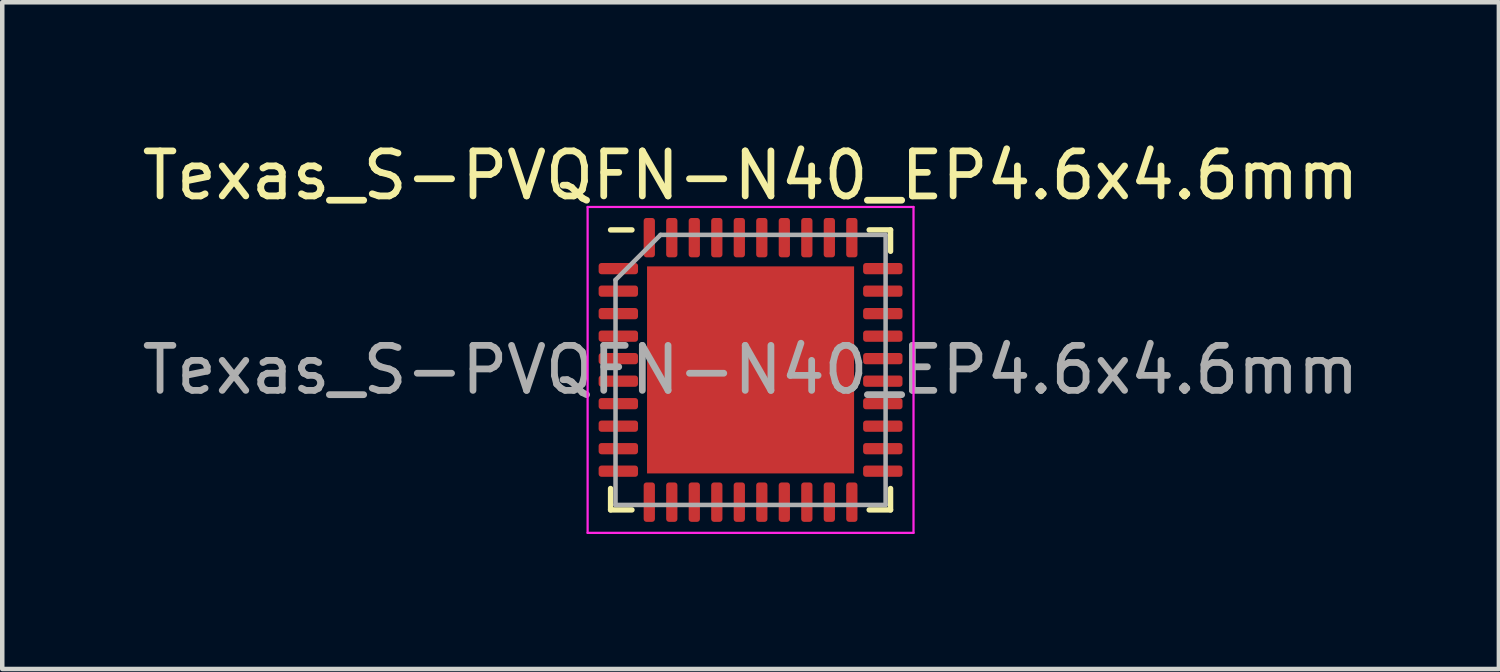
<source format=kicad_pcb>
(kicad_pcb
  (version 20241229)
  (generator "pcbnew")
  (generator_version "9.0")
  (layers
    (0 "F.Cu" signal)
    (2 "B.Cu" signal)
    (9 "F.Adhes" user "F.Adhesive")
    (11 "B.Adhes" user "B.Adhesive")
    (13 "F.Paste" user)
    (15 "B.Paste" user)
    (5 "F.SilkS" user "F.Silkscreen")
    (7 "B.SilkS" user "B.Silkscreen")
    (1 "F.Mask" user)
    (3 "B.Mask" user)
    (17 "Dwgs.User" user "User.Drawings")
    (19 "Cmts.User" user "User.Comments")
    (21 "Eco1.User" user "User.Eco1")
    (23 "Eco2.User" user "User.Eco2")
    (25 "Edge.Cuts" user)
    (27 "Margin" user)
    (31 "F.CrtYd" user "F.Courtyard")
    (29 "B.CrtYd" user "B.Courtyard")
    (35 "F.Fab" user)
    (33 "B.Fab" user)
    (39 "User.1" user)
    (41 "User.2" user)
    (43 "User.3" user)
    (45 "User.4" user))
  (footprint "Texas_S-PVQFN-N40_EP4.6x4.6mm"
    (layer "F.Cu")
    (at 13.625 5.168)
    (property "Reference" "Texas_S-PVQFN-N40_EP4.6x4.6mm" (at 0 -4.32 0) (layer "F.SilkS") (effects (font (size 1 1) (thickness 0.15))))
    (attr smd)
    (fp_line (start -3.11 3.11) (end -3.11 2.635) (stroke (width 0.12) (type solid)) (layer "F.SilkS"))
    (fp_line (start -2.635 -3.11) (end -3.11 -3.11) (stroke (width 0.12) (type solid)) (layer "F.SilkS"))
    (fp_line (start -2.635 3.11) (end -3.11 3.11) (stroke (width 0.12) (type solid)) (layer "F.SilkS"))
    (fp_line (start 2.635 -3.11) (end 3.11 -3.11) (stroke (width 0.12) (type solid)) (layer "F.SilkS"))
    (fp_line (start 2.635 3.11) (end 3.11 3.11) (stroke (width 0.12) (type solid)) (layer "F.SilkS"))
    (fp_line (start 3.11 -3.11) (end 3.11 -2.635) (stroke (width 0.12) (type solid)) (layer "F.SilkS"))
    (fp_line (start 3.11 3.11) (end 3.11 2.635) (stroke (width 0.12) (type solid)) (layer "F.SilkS"))
    (fp_line (start -3.62 -3.62) (end -3.62 3.62) (stroke (width 0.05) (type solid)) (layer "F.CrtYd"))
    (fp_line (start -3.62 3.62) (end 3.62 3.62) (stroke (width 0.05) (type solid)) (layer "F.CrtYd"))
    (fp_line (start 3.62 -3.62) (end -3.62 -3.62) (stroke (width 0.05) (type solid)) (layer "F.CrtYd"))
    (fp_line (start 3.62 3.62) (end 3.62 -3.62) (stroke (width 0.05) (type solid)) (layer "F.CrtYd"))
    (fp_line (start -3 -2) (end -2 -3) (stroke (width 0.1) (type solid)) (layer "F.Fab"))
    (fp_line (start -3 3) (end -3 -2) (stroke (width 0.1) (type solid)) (layer "F.Fab"))
    (fp_line (start -2 -3) (end 3 -3) (stroke (width 0.1) (type solid)) (layer "F.Fab"))
    (fp_line (start 3 -3) (end 3 3) (stroke (width 0.1) (type solid)) (layer "F.Fab"))
    (fp_line (start 3 3) (end -3 3) (stroke (width 0.1) (type solid)) (layer "F.Fab"))
    (fp_text user "${REFERENCE}" (at 0 0 0) (layer "F.Fab") (effects (font (size 1 1) (thickness 0.15))))
    (pad "" smd roundrect (at -1.53 -1.53) (size 1.24 1.24) (layers "F.Paste") (roundrect_rratio 0.202))
    (pad "" smd roundrect (at -1.53 0) (size 1.24 1.24) (layers "F.Paste") (roundrect_rratio 0.202))
    (pad "" smd roundrect (at -1.53 1.53) (size 1.24 1.24) (layers "F.Paste") (roundrect_rratio 0.202))
    (pad "" smd roundrect (at 0 -1.53) (size 1.24 1.24) (layers "F.Paste") (roundrect_rratio 0.202))
    (pad "" smd roundrect (at 0 0) (size 1.24 1.24) (layers "F.Paste") (roundrect_rratio 0.202))
    (pad "" smd roundrect (at 0 1.53) (size 1.24 1.24) (layers "F.Paste") (roundrect_rratio 0.202))
    (pad "" smd roundrect (at 1.53 -1.53) (size 1.24 1.24) (layers "F.Paste") (roundrect_rratio 0.202))
    (pad "" smd roundrect (at 1.53 0) (size 1.24 1.24) (layers "F.Paste") (roundrect_rratio 0.202))
    (pad "" smd roundrect (at 1.53 1.53) (size 1.24 1.24) (layers "F.Paste") (roundrect_rratio 0.202))
    (pad "1" smd roundrect (at -2.938 -2.25) (size 0.875 0.25) (layers "F.Cu" "F.Mask" "F.Paste") (roundrect_rratio 0.25))
    (pad "2" smd roundrect (at -2.938 -1.75) (size 0.875 0.25) (layers "F.Cu" "F.Mask" "F.Paste") (roundrect_rratio 0.25))
    (pad "3" smd roundrect (at -2.938 -1.25) (size 0.875 0.25) (layers "F.Cu" "F.Mask" "F.Paste") (roundrect_rratio 0.25))
    (pad "4" smd roundrect (at -2.938 -0.75) (size 0.875 0.25) (layers "F.Cu" "F.Mask" "F.Paste") (roundrect_rratio 0.25))
    (pad "5" smd roundrect (at -2.938 -0.25) (size 0.875 0.25) (layers "F.Cu" "F.Mask" "F.Paste") (roundrect_rratio 0.25))
    (pad "6" smd roundrect (at -2.938 0.25) (size 0.875 0.25) (layers "F.Cu" "F.Mask" "F.Paste") (roundrect_rratio 0.25))
    (pad "7" smd roundrect (at -2.938 0.75) (size 0.875 0.25) (layers "F.Cu" "F.Mask" "F.Paste") (roundrect_rratio 0.25))
    (pad "8" smd roundrect (at -2.938 1.25) (size 0.875 0.25) (layers "F.Cu" "F.Mask" "F.Paste") (roundrect_rratio 0.25))
    (pad "9" smd roundrect (at -2.938 1.75) (size 0.875 0.25) (layers "F.Cu" "F.Mask" "F.Paste") (roundrect_rratio 0.25))
    (pad "10" smd roundrect (at -2.938 2.25) (size 0.875 0.25) (layers "F.Cu" "F.Mask" "F.Paste") (roundrect_rratio 0.25))
    (pad "11" smd roundrect (at -2.25 2.938) (size 0.25 0.875) (layers "F.Cu" "F.Mask" "F.Paste") (roundrect_rratio 0.25))
    (pad "12" smd roundrect (at -1.75 2.938) (size 0.25 0.875) (layers "F.Cu" "F.Mask" "F.Paste") (roundrect_rratio 0.25))
    (pad "13" smd roundrect (at -1.25 2.938) (size 0.25 0.875) (layers "F.Cu" "F.Mask" "F.Paste") (roundrect_rratio 0.25))
    (pad "14" smd roundrect (at -0.75 2.938) (size 0.25 0.875) (layers "F.Cu" "F.Mask" "F.Paste") (roundrect_rratio 0.25))
    (pad "15" smd roundrect (at -0.25 2.938) (size 0.25 0.875) (layers "F.Cu" "F.Mask" "F.Paste") (roundrect_rratio 0.25))
    (pad "16" smd roundrect (at 0.25 2.938) (size 0.25 0.875) (layers "F.Cu" "F.Mask" "F.Paste") (roundrect_rratio 0.25))
    (pad "17" smd roundrect (at 0.75 2.938) (size 0.25 0.875) (layers "F.Cu" "F.Mask" "F.Paste") (roundrect_rratio 0.25))
    (pad "18" smd roundrect (at 1.25 2.938) (size 0.25 0.875) (layers "F.Cu" "F.Mask" "F.Paste") (roundrect_rratio 0.25))
    (pad "19" smd roundrect (at 1.75 2.938) (size 0.25 0.875) (layers "F.Cu" "F.Mask" "F.Paste") (roundrect_rratio 0.25))
    (pad "20" smd roundrect (at 2.25 2.938) (size 0.25 0.875) (layers "F.Cu" "F.Mask" "F.Paste") (roundrect_rratio 0.25))
    (pad "21" smd roundrect (at 2.938 2.25) (size 0.875 0.25) (layers "F.Cu" "F.Mask" "F.Paste") (roundrect_rratio 0.25))
    (pad "22" smd roundrect (at 2.938 1.75) (size 0.875 0.25) (layers "F.Cu" "F.Mask" "F.Paste") (roundrect_rratio 0.25))
    (pad "23" smd roundrect (at 2.938 1.25) (size 0.875 0.25) (layers "F.Cu" "F.Mask" "F.Paste") (roundrect_rratio 0.25))
    (pad "24" smd roundrect (at 2.938 0.75) (size 0.875 0.25) (layers "F.Cu" "F.Mask" "F.Paste") (roundrect_rratio 0.25))
    (pad "25" smd roundrect (at 2.938 0.25) (size 0.875 0.25) (layers "F.Cu" "F.Mask" "F.Paste") (roundrect_rratio 0.25))
    (pad "26" smd roundrect (at 2.938 -0.25) (size 0.875 0.25) (layers "F.Cu" "F.Mask" "F.Paste") (roundrect_rratio 0.25))
    (pad "27" smd roundrect (at 2.938 -0.75) (size 0.875 0.25) (layers "F.Cu" "F.Mask" "F.Paste") (roundrect_rratio 0.25))
    (pad "28" smd roundrect (at 2.938 -1.25) (size 0.875 0.25) (layers "F.Cu" "F.Mask" "F.Paste") (roundrect_rratio 0.25))
    (pad "29" smd roundrect (at 2.938 -1.75) (size 0.875 0.25) (layers "F.Cu" "F.Mask" "F.Paste") (roundrect_rratio 0.25))
    (pad "30" smd roundrect (at 2.938 -2.25) (size 0.875 0.25) (layers "F.Cu" "F.Mask" "F.Paste") (roundrect_rratio 0.25))
    (pad "31" smd roundrect (at 2.25 -2.938) (size 0.25 0.875) (layers "F.Cu" "F.Mask" "F.Paste") (roundrect_rratio 0.25))
    (pad "32" smd roundrect (at 1.75 -2.938) (size 0.25 0.875) (layers "F.Cu" "F.Mask" "F.Paste") (roundrect_rratio 0.25))
    (pad "33" smd roundrect (at 1.25 -2.938) (size 0.25 0.875) (layers "F.Cu" "F.Mask" "F.Paste") (roundrect_rratio 0.25))
    (pad "34" smd roundrect (at 0.75 -2.938) (size 0.25 0.875) (layers "F.Cu" "F.Mask" "F.Paste") (roundrect_rratio 0.25))
    (pad "35" smd roundrect (at 0.25 -2.938) (size 0.25 0.875) (layers "F.Cu" "F.Mask" "F.Paste") (roundrect_rratio 0.25))
    (pad "36" smd roundrect (at -0.25 -2.938) (size 0.25 0.875) (layers "F.Cu" "F.Mask" "F.Paste") (roundrect_rratio 0.25))
    (pad "37" smd roundrect (at -0.75 -2.938) (size 0.25 0.875) (layers "F.Cu" "F.Mask" "F.Paste") (roundrect_rratio 0.25))
    (pad "38" smd roundrect (at -1.25 -2.938) (size 0.25 0.875) (layers "F.Cu" "F.Mask" "F.Paste") (roundrect_rratio 0.25))
    (pad "39" smd roundrect (at -1.75 -2.938) (size 0.25 0.875) (layers "F.Cu" "F.Mask" "F.Paste") (roundrect_rratio 0.25))
    (pad "40" smd roundrect (at -2.25 -2.938) (size 0.25 0.875) (layers "F.Cu" "F.Mask" "F.Paste") (roundrect_rratio 0.25))
    (pad "41" smd rect (at 0 0) (size 4.6 4.6) (layers "F.Cu" "F.Mask")))
  (gr_rect
    (start -3 -3)
    (end 30.25 11.813)
    (stroke (width 0.1) (type default))
    (fill no)
    (layer "Edge.Cuts")))
</source>
